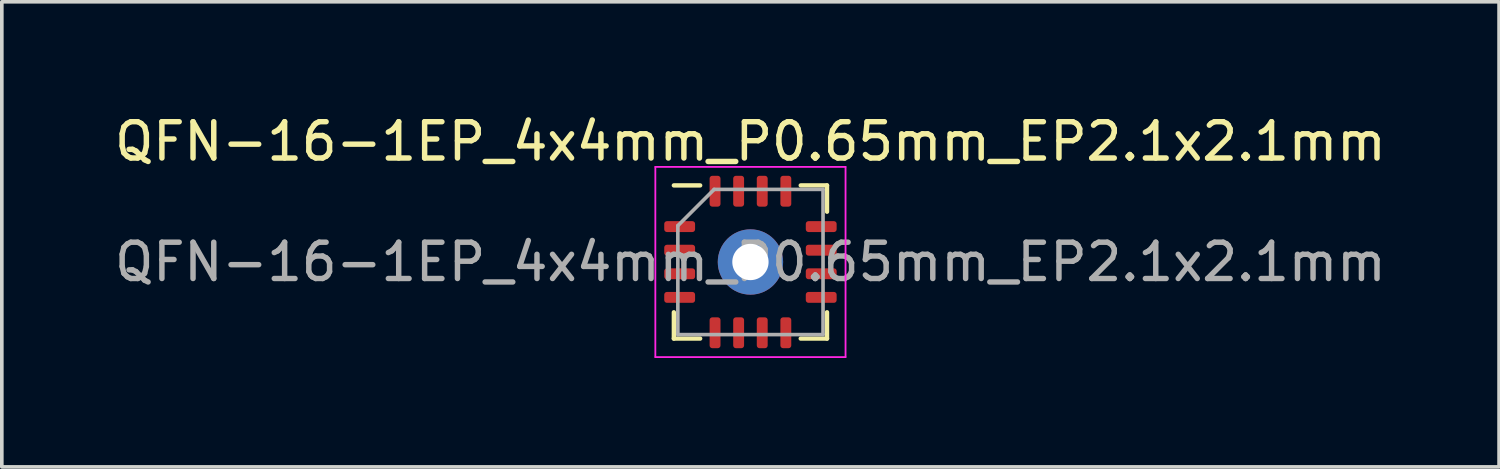
<source format=kicad_pcb>
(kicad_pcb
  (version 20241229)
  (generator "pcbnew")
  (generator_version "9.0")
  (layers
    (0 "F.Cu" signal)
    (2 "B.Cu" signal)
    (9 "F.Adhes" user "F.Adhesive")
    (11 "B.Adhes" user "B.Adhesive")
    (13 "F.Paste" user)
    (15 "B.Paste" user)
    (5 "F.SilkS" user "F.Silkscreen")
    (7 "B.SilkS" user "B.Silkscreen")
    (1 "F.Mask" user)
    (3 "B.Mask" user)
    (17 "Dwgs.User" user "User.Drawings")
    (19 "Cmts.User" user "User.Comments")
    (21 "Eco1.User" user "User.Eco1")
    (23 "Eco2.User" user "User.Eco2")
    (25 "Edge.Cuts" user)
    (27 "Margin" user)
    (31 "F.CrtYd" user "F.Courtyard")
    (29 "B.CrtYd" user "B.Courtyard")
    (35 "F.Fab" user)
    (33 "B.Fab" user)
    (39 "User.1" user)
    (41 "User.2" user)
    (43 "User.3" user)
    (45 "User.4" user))
  (footprint "QFN-16-1EP_4x4mm_P0.65mm_EP2.1x2.1mm"
    (layer "F.Cu")
    (at 17.625 4.168)
    (property "Reference" "QFN-16-1EP_4x4mm_P0.65mm_EP2.1x2.1mm" (at 0 -3.32 0) (layer "F.SilkS") (effects (font (size 1 1) (thickness 0.15))))
    (attr smd)
    (fp_line (start -2.11 2.11) (end -2.11 1.385) (stroke (width 0.12) (type solid)) (layer "F.SilkS"))
    (fp_line (start -1.385 -2.11) (end -2.11 -2.11) (stroke (width 0.12) (type solid)) (layer "F.SilkS"))
    (fp_line (start -1.385 2.11) (end -2.11 2.11) (stroke (width 0.12) (type solid)) (layer "F.SilkS"))
    (fp_line (start 1.385 -2.11) (end 2.11 -2.11) (stroke (width 0.12) (type solid)) (layer "F.SilkS"))
    (fp_line (start 1.385 2.11) (end 2.11 2.11) (stroke (width 0.12) (type solid)) (layer "F.SilkS"))
    (fp_line (start 2.11 -2.11) (end 2.11 -1.385) (stroke (width 0.12) (type solid)) (layer "F.SilkS"))
    (fp_line (start 2.11 2.11) (end 2.11 1.385) (stroke (width 0.12) (type solid)) (layer "F.SilkS"))
    (fp_line (start -2.62 -2.62) (end -2.62 2.62) (stroke (width 0.05) (type solid)) (layer "F.CrtYd"))
    (fp_line (start -2.62 2.62) (end 2.62 2.62) (stroke (width 0.05) (type solid)) (layer "F.CrtYd"))
    (fp_line (start 2.62 -2.62) (end -2.62 -2.62) (stroke (width 0.05) (type solid)) (layer "F.CrtYd"))
    (fp_line (start 2.62 2.62) (end 2.62 -2.62) (stroke (width 0.05) (type solid)) (layer "F.CrtYd"))
    (fp_line (start -2 -1) (end -1 -2) (stroke (width 0.1) (type solid)) (layer "F.Fab"))
    (fp_line (start -2 2) (end -2 -1) (stroke (width 0.1) (type solid)) (layer "F.Fab"))
    (fp_line (start -1 -2) (end 2 -2) (stroke (width 0.1) (type solid)) (layer "F.Fab"))
    (fp_line (start 2 -2) (end 2 2) (stroke (width 0.1) (type solid)) (layer "F.Fab"))
    (fp_line (start 2 2) (end -2 2) (stroke (width 0.1) (type solid)) (layer "F.Fab"))
    (fp_text user "${REFERENCE}" (at 0 0 0) (layer "F.Fab") (effects (font (size 1 1) (thickness 0.15))))
    (pad "1" smd roundrect (at -1.95 -0.975) (size 0.85 0.3) (layers "F.Cu" "F.Mask" "F.Paste") (roundrect_rratio 0.25))
    (pad "2" smd roundrect (at -1.95 -0.325) (size 0.85 0.3) (layers "F.Cu" "F.Mask" "F.Paste") (roundrect_rratio 0.25))
    (pad "3" smd roundrect (at -1.95 0.325) (size 0.85 0.3) (layers "F.Cu" "F.Mask" "F.Paste") (roundrect_rratio 0.25))
    (pad "4" smd roundrect (at -1.95 0.975) (size 0.85 0.3) (layers "F.Cu" "F.Mask" "F.Paste") (roundrect_rratio 0.25))
    (pad "5" smd roundrect (at -0.975 1.95) (size 0.3 0.85) (layers "F.Cu" "F.Mask" "F.Paste") (roundrect_rratio 0.25))
    (pad "6" smd roundrect (at -0.325 1.95) (size 0.3 0.85) (layers "F.Cu" "F.Mask" "F.Paste") (roundrect_rratio 0.25))
    (pad "7" smd roundrect (at 0.325 1.95) (size 0.3 0.85) (layers "F.Cu" "F.Mask" "F.Paste") (roundrect_rratio 0.25))
    (pad "8" smd roundrect (at 0.975 1.95) (size 0.3 0.85) (layers "F.Cu" "F.Mask" "F.Paste") (roundrect_rratio 0.25))
    (pad "9" smd roundrect (at 1.95 0.975) (size 0.85 0.3) (layers "F.Cu" "F.Mask" "F.Paste") (roundrect_rratio 0.25))
    (pad "10" smd roundrect (at 1.95 0.325) (size 0.85 0.3) (layers "F.Cu" "F.Mask" "F.Paste") (roundrect_rratio 0.25))
    (pad "11" smd roundrect (at 1.95 -0.325) (size 0.85 0.3) (layers "F.Cu" "F.Mask" "F.Paste") (roundrect_rratio 0.25))
    (pad "12" smd roundrect (at 1.95 -0.975) (size 0.85 0.3) (layers "F.Cu" "F.Mask" "F.Paste") (roundrect_rratio 0.25))
    (pad "13" smd roundrect (at 0.975 -1.95) (size 0.3 0.85) (layers "F.Cu" "F.Mask" "F.Paste") (roundrect_rratio 0.25))
    (pad "14" smd roundrect (at 0.325 -1.95) (size 0.3 0.85) (layers "F.Cu" "F.Mask" "F.Paste") (roundrect_rratio 0.25))
    (pad "15" smd roundrect (at -0.325 -1.95) (size 0.3 0.85) (layers "F.Cu" "F.Mask" "F.Paste") (roundrect_rratio 0.25))
    (pad "16" smd roundrect (at -0.975 -1.95) (size 0.3 0.85) (layers "F.Cu" "F.Mask" "F.Paste") (roundrect_rratio 0.25))
    (pad "17" thru_hole circle (at 0 0) (size 1.8 1.8) (drill 1) (layers "*.Cu" "*.Mask")))
  (gr_rect
    (start -3 -3)
    (end 38.25 9.813)
    (stroke (width 0.1) (type default))
    (fill no)
    (layer "Edge.Cuts")))
</source>
